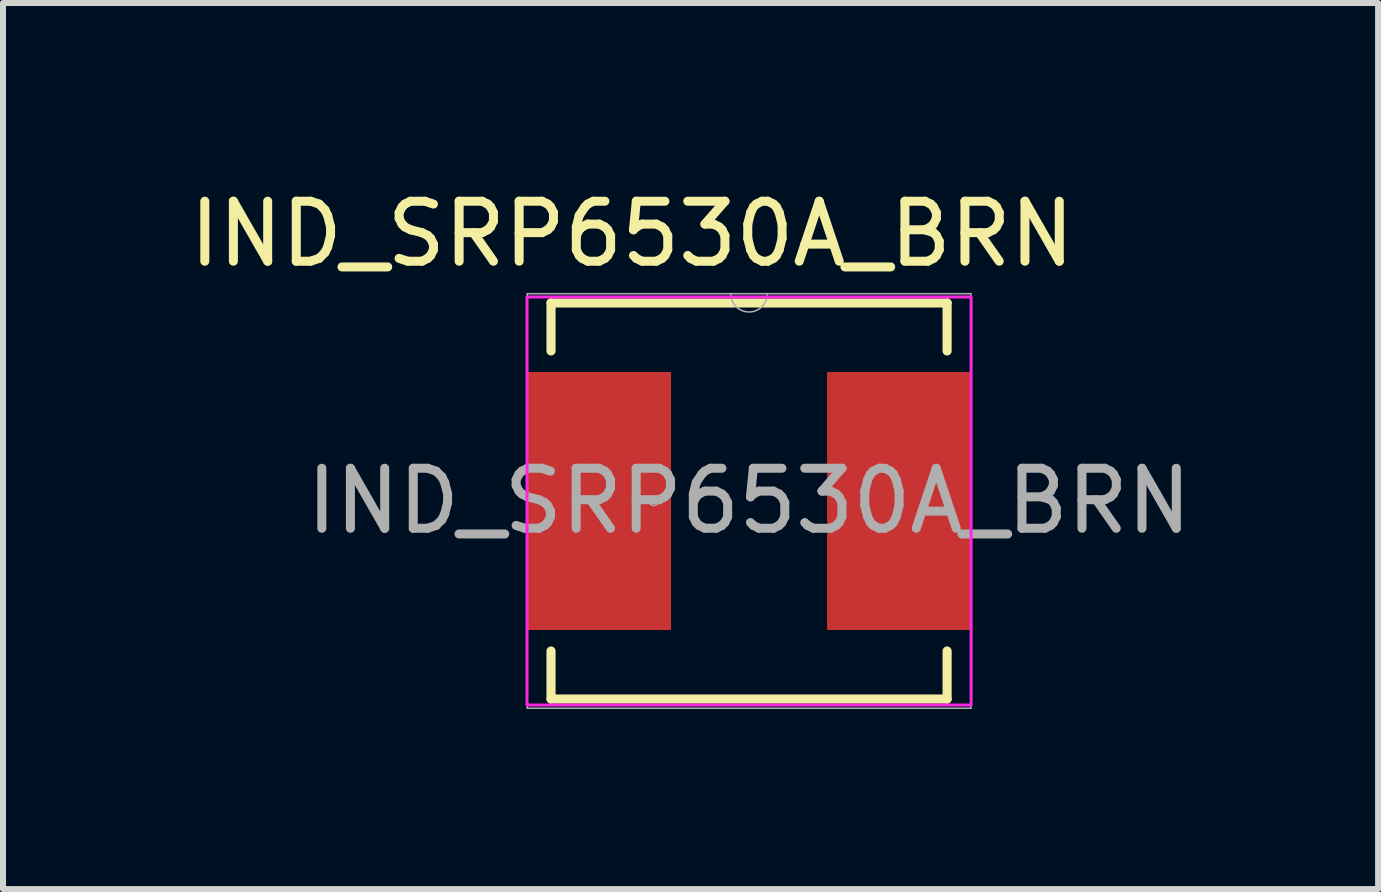
<source format=kicad_pcb>
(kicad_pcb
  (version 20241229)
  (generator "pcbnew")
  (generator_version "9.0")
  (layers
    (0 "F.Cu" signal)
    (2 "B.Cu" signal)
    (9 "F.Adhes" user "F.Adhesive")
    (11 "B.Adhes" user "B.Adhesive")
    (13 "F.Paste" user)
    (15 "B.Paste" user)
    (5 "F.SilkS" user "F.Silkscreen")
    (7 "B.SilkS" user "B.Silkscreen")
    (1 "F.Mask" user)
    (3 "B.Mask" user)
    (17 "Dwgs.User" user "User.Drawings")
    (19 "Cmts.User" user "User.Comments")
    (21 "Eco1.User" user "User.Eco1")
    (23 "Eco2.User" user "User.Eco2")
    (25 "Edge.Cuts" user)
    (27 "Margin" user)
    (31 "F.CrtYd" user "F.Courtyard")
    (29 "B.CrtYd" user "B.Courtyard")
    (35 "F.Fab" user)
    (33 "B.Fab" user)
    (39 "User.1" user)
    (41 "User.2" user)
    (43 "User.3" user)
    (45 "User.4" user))
  (footprint "IND_SRP6530A_BRN"
    (layer "F.Cu")
    (at 9.432 5.298)
    (property "Reference" "IND_SRP6530A_BRN" (at -1.95 -4.45 0) (unlocked yes) (layer "F.SilkS") (effects (font (size 1 1) (thickness 0.15))))
    (attr smd)
    (fp_line (start -3.3 -3.3) (end -3.3 -2.5) (stroke (width 0.152) (type solid)) (layer "F.SilkS"))
    (fp_line (start -3.3 2.5) (end -3.3 3.3) (stroke (width 0.152) (type solid)) (layer "F.SilkS"))
    (fp_line (start -3.3 3.3) (end 3.3 3.3) (stroke (width 0.152) (type solid)) (layer "F.SilkS"))
    (fp_line (start 3.3 -3.3) (end -3.3 -3.3) (stroke (width 0.152) (type solid)) (layer "F.SilkS"))
    (fp_line (start 3.3 -2.5) (end 3.3 -3.3) (stroke (width 0.152) (type solid)) (layer "F.SilkS"))
    (fp_line (start 3.3 3.3) (end 3.3 2.5) (stroke (width 0.152) (type solid)) (layer "F.SilkS"))
    (fp_rect (start -3.7 -3.4) (end 3.7 3.4) (stroke (width 0.05) (type default)) (fill no) (layer "F.CrtYd"))
    (fp_line (start -3.696 -3.454) (end -3.696 3.454) (stroke (width 0.025) (type solid)) (layer "F.Fab"))
    (fp_line (start -3.696 3.454) (end 3.696 3.454) (stroke (width 0.025) (type solid)) (layer "F.Fab"))
    (fp_line (start 3.696 -3.454) (end -3.696 -3.454) (stroke (width 0.025) (type solid)) (layer "F.Fab"))
    (fp_line (start 3.696 3.454) (end 3.696 -3.454) (stroke (width 0.025) (type solid)) (layer "F.Fab"))
    (fp_arc (start 0.3048 -3.4544) (mid 0 -3.1496) (end -0.3048 -3.4544) (stroke (width 0.0254) (type solid)) (layer "F.Fab"))
    (fp_circle (center -1.587 0) (end -1.511 0) (stroke (width 0.025) (type solid)) (fill no) (layer "F.Fab"))
    (fp_text user "${REFERENCE}" (at 0 0 0) (unlocked yes) (layer "F.Fab") (effects (font (size 1 1) (thickness 0.15))))
    (pad "1" smd rect (at -2.5 0) (size 2.4 4.3) (layers "F.Cu" "F.Mask" "F.Paste"))
    (pad "2" smd rect (at 2.5 0) (size 2.4 4.3) (layers "F.Cu" "F.Mask" "F.Paste")))
  (gr_rect
    (start -3 -3)
    (end 19.914 11.765)
    (stroke (width 0.1) (type default))
    (fill no)
    (layer "Edge.Cuts")))
</source>
